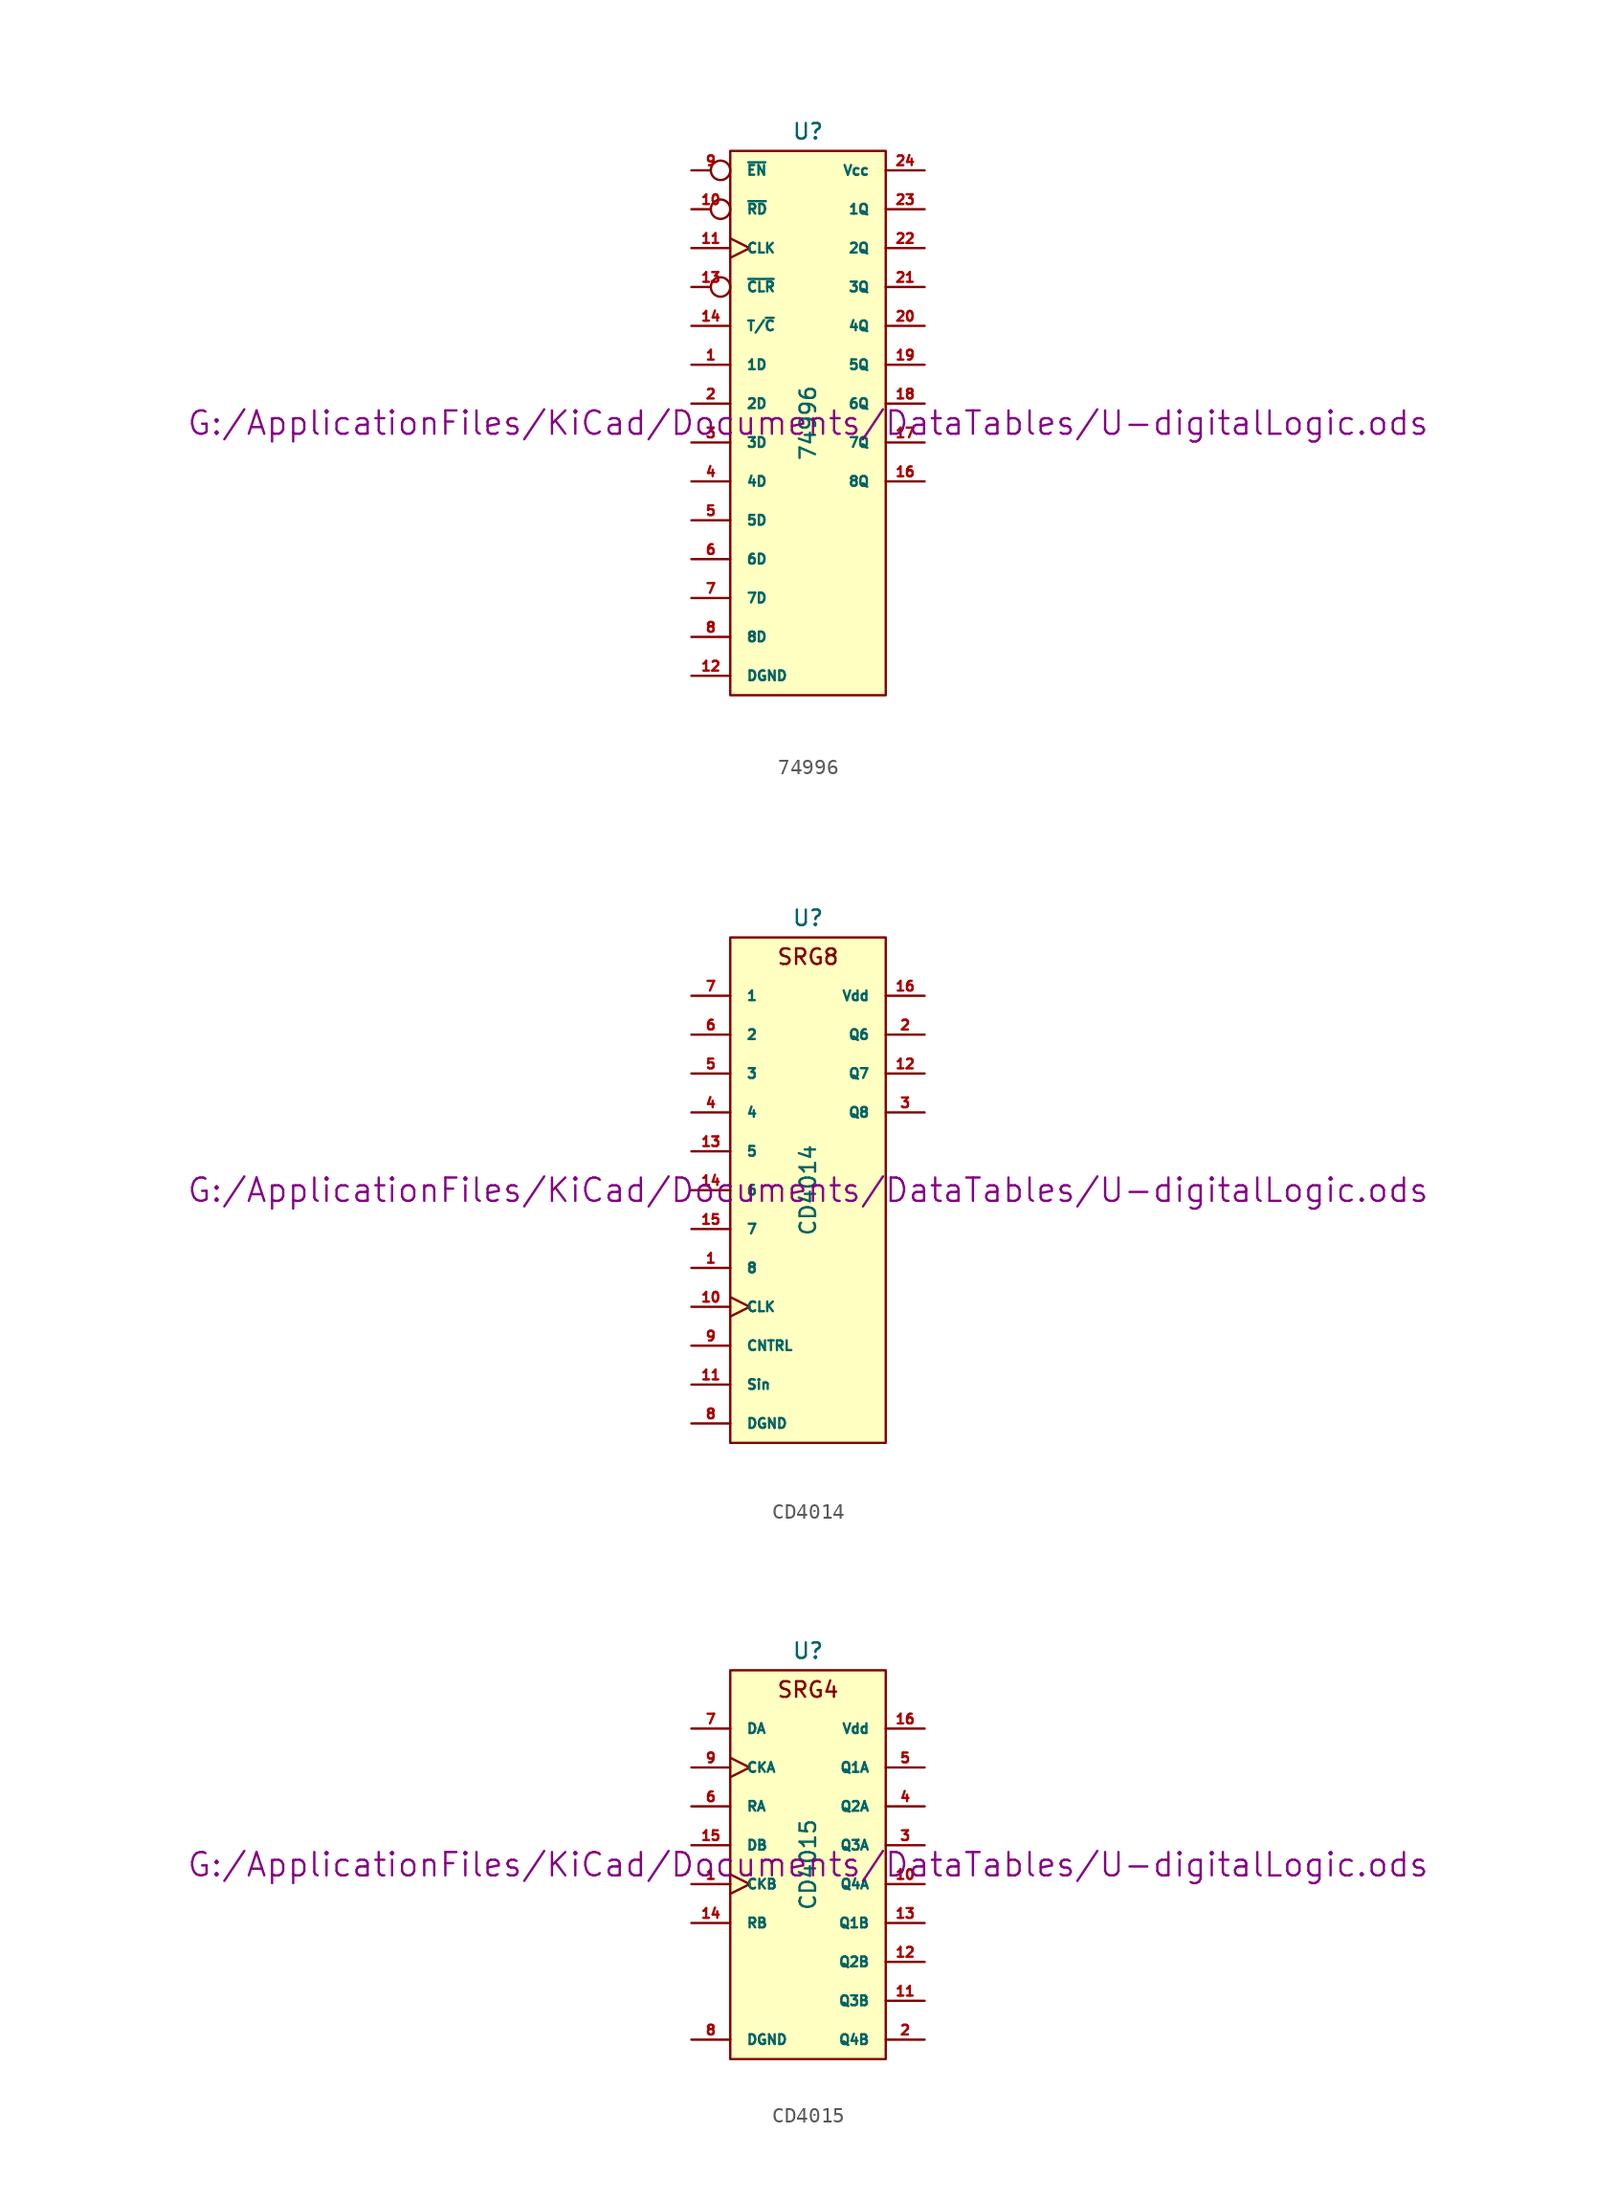
<source format=kicad_sym>
(kicad_symbol_lib
  (version 20211014)
  (generator kicad_symbol_editor)
  (symbol "74996"
    (pin_names
      (offset 1.016))
    (property "Reference" "U"
      (at 0 19.05 0)
      (effects (font (size 1.016 1.016))))
    (property "Value" "74996"
      (at 0 0 90)
      (effects (font (size 1.016 1.016))))
    (property "Footprint" ""
      (at 0 0 0)
      (effects (font (size 1.524 1.524))))
    (property "Datasheet" "G:/ApplicationFiles/KiCad/Documents/DataTables/U-digitalLogic.ods"
      (at 0 0 0)
      (effects (font (size 1.524 1.524))))
    (symbol "74996_0_1"
      (rectangle (start -5.08 17.78) (end 5.08 -17.78) (stroke (width 0) (type default) (color 0 0 0 0)) (fill (type background))))
    (symbol "74996_1_1"
      (pin input line (at -7.62 3.81 0) (length 2.54) (name "1D" (effects (font (size 0.635 0.635)))) (number "1" (effects (font (size 0.635 0.635)))))
      (pin input inverted (at -7.62 13.97 0) (length 2.54) (name "~{RD}" (effects (font (size 0.635 0.635)))) (number "10" (effects (font (size 0.635 0.635)))))
      (pin input clock (at -7.62 11.43 0) (length 2.54) (name "CLK" (effects (font (size 0.635 0.635)))) (number "11" (effects (font (size 0.635 0.635)))))
      (pin power_in line (at -7.62 -16.51 0) (length 2.54) (name "DGND" (effects (font (size 0.635 0.635)))) (number "12" (effects (font (size 0.635 0.635)))))
      (pin input inverted (at -7.62 8.89 0) (length 2.54) (name "~{CLR}" (effects (font (size 0.635 0.635)))) (number "13" (effects (font (size 0.635 0.635)))))
      (pin input line (at -7.62 6.35 0) (length 2.54) (name "T/~{C}" (effects (font (size 0.635 0.635)))) (number "14" (effects (font (size 0.635 0.635)))))
      (pin output line (at 7.62 -3.81 180) (length 2.54) (name "8Q" (effects (font (size 0.635 0.635)))) (number "16" (effects (font (size 0.635 0.635)))))
      (pin output line (at 7.62 -1.27 180) (length 2.54) (name "7Q" (effects (font (size 0.635 0.635)))) (number "17" (effects (font (size 0.635 0.635)))))
      (pin output line (at 7.62 1.27 180) (length 2.54) (name "6Q" (effects (font (size 0.635 0.635)))) (number "18" (effects (font (size 0.635 0.635)))))
      (pin output line (at 7.62 3.81 180) (length 2.54) (name "5Q" (effects (font (size 0.635 0.635)))) (number "19" (effects (font (size 0.635 0.635)))))
      (pin input line (at -7.62 1.27 0) (length 2.54) (name "2D" (effects (font (size 0.635 0.635)))) (number "2" (effects (font (size 0.635 0.635)))))
      (pin output line (at 7.62 6.35 180) (length 2.54) (name "4Q" (effects (font (size 0.635 0.635)))) (number "20" (effects (font (size 0.635 0.635)))))
      (pin output line (at 7.62 8.89 180) (length 2.54) (name "3Q" (effects (font (size 0.635 0.635)))) (number "21" (effects (font (size 0.635 0.635)))))
      (pin output line (at 7.62 11.43 180) (length 2.54) (name "2Q" (effects (font (size 0.635 0.635)))) (number "22" (effects (font (size 0.635 0.635)))))
      (pin output line (at 7.62 13.97 180) (length 2.54) (name "1Q" (effects (font (size 0.635 0.635)))) (number "23" (effects (font (size 0.635 0.635)))))
      (pin power_in line (at 7.62 16.51 180) (length 2.54) (name "Vcc" (effects (font (size 0.635 0.635)))) (number "24" (effects (font (size 0.635 0.635)))))
      (pin input line (at -7.62 -1.27 0) (length 2.54) (name "3D" (effects (font (size 0.635 0.635)))) (number "3" (effects (font (size 0.635 0.635)))))
      (pin input line (at -7.62 -3.81 0) (length 2.54) (name "4D" (effects (font (size 0.635 0.635)))) (number "4" (effects (font (size 0.635 0.635)))))
      (pin input line (at -7.62 -6.35 0) (length 2.54) (name "5D" (effects (font (size 0.635 0.635)))) (number "5" (effects (font (size 0.635 0.635)))))
      (pin input line (at -7.62 -8.89 0) (length 2.54) (name "6D" (effects (font (size 0.635 0.635)))) (number "6" (effects (font (size 0.635 0.635)))))
      (pin input line (at -7.62 -11.43 0) (length 2.54) (name "7D" (effects (font (size 0.635 0.635)))) (number "7" (effects (font (size 0.635 0.635)))))
      (pin input line (at -7.62 -13.97 0) (length 2.54) (name "8D" (effects (font (size 0.635 0.635)))) (number "8" (effects (font (size 0.635 0.635)))))
      (pin input inverted (at -7.62 16.51 0) (length 2.54) (name "~{EN}" (effects (font (size 0.635 0.635)))) (number "9" (effects (font (size 0.635 0.635)))))))
  (symbol "CD4014"
    (pin_names
      (offset 1.016))
    (property "Reference" "U"
      (at 0 17.78 0)
      (effects (font (size 1.016 1.016))))
    (property "Value" "CD4014"
      (at 0 0 90)
      (effects (font (size 1.016 1.016))))
    (property "Footprint" ""
      (at 0 0 0)
      (effects (font (size 1.524 1.524))))
    (property "Datasheet" "G:/ApplicationFiles/KiCad/Documents/DataTables/U-digitalLogic.ods"
      (at 0 0 0)
      (effects (font (size 1.524 1.524))))
    (symbol "CD4014_0_0"
      (text "SRG8" (at 0 15.24 0) (effects (font (size 1.016 1.016)))))
    (symbol "CD4014_0_1"
      (rectangle (start -5.08 16.51) (end 5.08 -16.51) (stroke (width 0) (type default) (color 0 0 0 0)) (fill (type background))))
    (symbol "CD4014_1_1"
      (pin input line (at -7.62 -5.08 0) (length 2.54) (name "8" (effects (font (size 0.635 0.635)))) (number "1" (effects (font (size 0.635 0.635)))))
      (pin input clock (at -7.62 -7.62 0) (length 2.54) (name "CLK" (effects (font (size 0.635 0.635)))) (number "10" (effects (font (size 0.635 0.635)))))
      (pin input line (at -7.62 -12.7 0) (length 2.54) (name "Sin" (effects (font (size 0.635 0.635)))) (number "11" (effects (font (size 0.635 0.635)))))
      (pin output line (at 7.62 7.62 180) (length 2.54) (name "Q7" (effects (font (size 0.635 0.635)))) (number "12" (effects (font (size 0.635 0.635)))))
      (pin input line (at -7.62 2.54 0) (length 2.54) (name "5" (effects (font (size 0.635 0.635)))) (number "13" (effects (font (size 0.635 0.635)))))
      (pin input line (at -7.62 0 0) (length 2.54) (name "6" (effects (font (size 0.635 0.635)))) (number "14" (effects (font (size 0.635 0.635)))))
      (pin input line (at -7.62 -2.54 0) (length 2.54) (name "7" (effects (font (size 0.635 0.635)))) (number "15" (effects (font (size 0.635 0.635)))))
      (pin power_in line (at 7.62 12.7 180) (length 2.54) (name "Vdd" (effects (font (size 0.635 0.635)))) (number "16" (effects (font (size 0.635 0.635)))))
      (pin output line (at 7.62 10.16 180) (length 2.54) (name "Q6" (effects (font (size 0.635 0.635)))) (number "2" (effects (font (size 0.635 0.635)))))
      (pin output line (at 7.62 5.08 180) (length 2.54) (name "Q8" (effects (font (size 0.635 0.635)))) (number "3" (effects (font (size 0.635 0.635)))))
      (pin input line (at -7.62 5.08 0) (length 2.54) (name "4" (effects (font (size 0.635 0.635)))) (number "4" (effects (font (size 0.635 0.635)))))
      (pin input line (at -7.62 7.62 0) (length 2.54) (name "3" (effects (font (size 0.635 0.635)))) (number "5" (effects (font (size 0.635 0.635)))))
      (pin input line (at -7.62 10.16 0) (length 2.54) (name "2" (effects (font (size 0.635 0.635)))) (number "6" (effects (font (size 0.635 0.635)))))
      (pin input line (at -7.62 12.7 0) (length 2.54) (name "1" (effects (font (size 0.635 0.635)))) (number "7" (effects (font (size 0.635 0.635)))))
      (pin power_in line (at -7.62 -15.24 0) (length 2.54) (name "DGND" (effects (font (size 0.635 0.635)))) (number "8" (effects (font (size 0.635 0.635)))))
      (pin input line (at -7.62 -10.16 0) (length 2.54) (name "CNTRL" (effects (font (size 0.635 0.635)))) (number "9" (effects (font (size 0.635 0.635)))))))
  (symbol "CD4015"
    (pin_names
      (offset 1.016))
    (property "Reference" "U"
      (at 0 13.97 0)
      (effects (font (size 1.016 1.016))))
    (property "Value" "CD4015"
      (at 0 0 90)
      (effects (font (size 1.016 1.016))))
    (property "Footprint" ""
      (at 0 0 0)
      (effects (font (size 1.524 1.524))))
    (property "Datasheet" "G:/ApplicationFiles/KiCad/Documents/DataTables/U-digitalLogic.ods"
      (at 0 0 0)
      (effects (font (size 1.524 1.524))))
    (symbol "CD4015_0_0"
      (text "SRG4" (at 0 11.43 0) (effects (font (size 1.016 1.016)))))
    (symbol "CD4015_0_1"
      (rectangle (start -5.08 12.7) (end 5.08 -12.7) (stroke (width 0) (type default) (color 0 0 0 0)) (fill (type background))))
    (symbol "CD4015_1_1"
      (pin input clock (at -7.62 -1.27 0) (length 2.54) (name "CKB" (effects (font (size 0.635 0.635)))) (number "1" (effects (font (size 0.635 0.635)))))
      (pin output line (at 7.62 -1.27 180) (length 2.54) (name "Q4A" (effects (font (size 0.635 0.635)))) (number "10" (effects (font (size 0.635 0.635)))))
      (pin output line (at 7.62 -8.89 180) (length 2.54) (name "Q3B" (effects (font (size 0.635 0.635)))) (number "11" (effects (font (size 0.635 0.635)))))
      (pin output line (at 7.62 -6.35 180) (length 2.54) (name "Q2B" (effects (font (size 0.635 0.635)))) (number "12" (effects (font (size 0.635 0.635)))))
      (pin output line (at 7.62 -3.81 180) (length 2.54) (name "Q1B" (effects (font (size 0.635 0.635)))) (number "13" (effects (font (size 0.635 0.635)))))
      (pin input line (at -7.62 -3.81 0) (length 2.54) (name "RB" (effects (font (size 0.635 0.635)))) (number "14" (effects (font (size 0.635 0.635)))))
      (pin input line (at -7.62 1.27 0) (length 2.54) (name "DB" (effects (font (size 0.635 0.635)))) (number "15" (effects (font (size 0.635 0.635)))))
      (pin power_in line (at 7.62 8.89 180) (length 2.54) (name "Vdd" (effects (font (size 0.635 0.635)))) (number "16" (effects (font (size 0.635 0.635)))))
      (pin output line (at 7.62 -11.43 180) (length 2.54) (name "Q4B" (effects (font (size 0.635 0.635)))) (number "2" (effects (font (size 0.635 0.635)))))
      (pin output line (at 7.62 1.27 180) (length 2.54) (name "Q3A" (effects (font (size 0.635 0.635)))) (number "3" (effects (font (size 0.635 0.635)))))
      (pin output line (at 7.62 3.81 180) (length 2.54) (name "Q2A" (effects (font (size 0.635 0.635)))) (number "4" (effects (font (size 0.635 0.635)))))
      (pin output line (at 7.62 6.35 180) (length 2.54) (name "Q1A" (effects (font (size 0.635 0.635)))) (number "5" (effects (font (size 0.635 0.635)))))
      (pin input line (at -7.62 3.81 0) (length 2.54) (name "RA" (effects (font (size 0.635 0.635)))) (number "6" (effects (font (size 0.635 0.635)))))
      (pin input line (at -7.62 8.89 0) (length 2.54) (name "DA" (effects (font (size 0.635 0.635)))) (number "7" (effects (font (size 0.635 0.635)))))
      (pin power_in line (at -7.62 -11.43 0) (length 2.54) (name "DGND" (effects (font (size 0.635 0.635)))) (number "8" (effects (font (size 0.635 0.635)))))
      (pin input clock (at -7.62 6.35 0) (length 2.54) (name "CKA" (effects (font (size 0.635 0.635)))) (number "9" (effects (font (size 0.635 0.635))))))))
</source>
